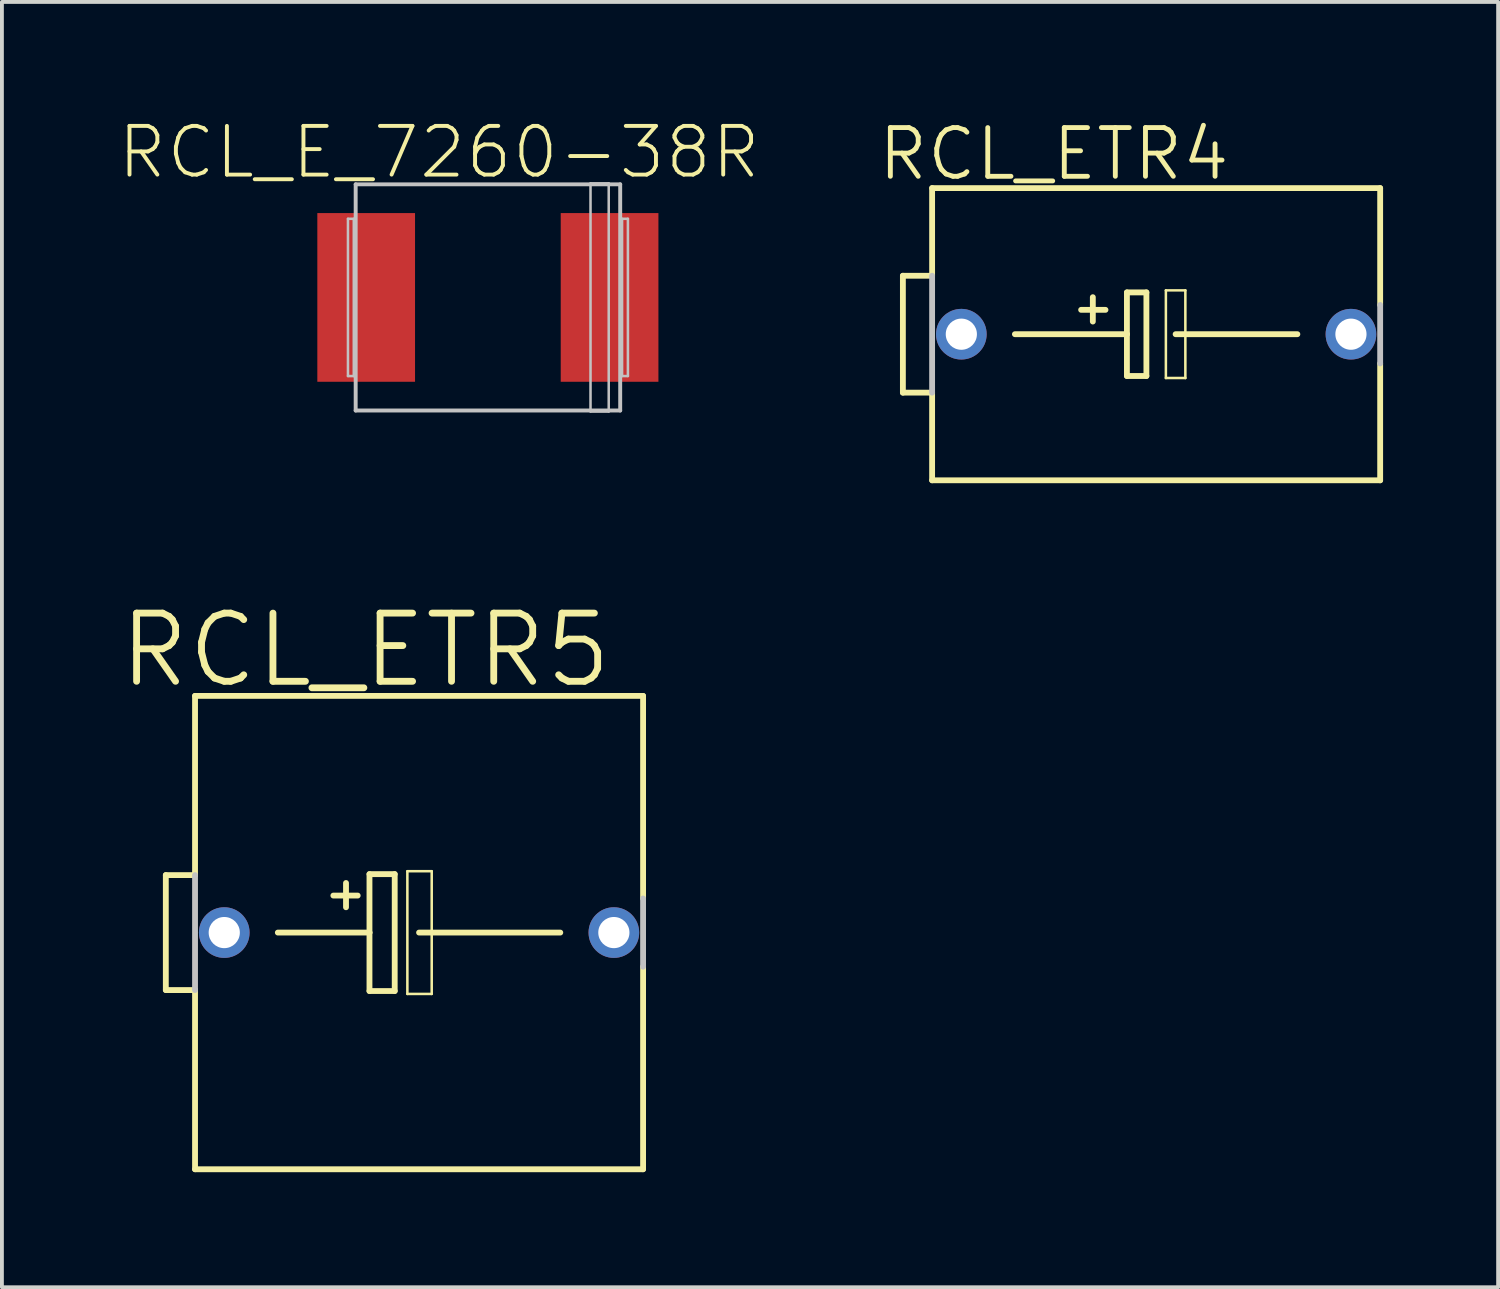
<source format=kicad_pcb>
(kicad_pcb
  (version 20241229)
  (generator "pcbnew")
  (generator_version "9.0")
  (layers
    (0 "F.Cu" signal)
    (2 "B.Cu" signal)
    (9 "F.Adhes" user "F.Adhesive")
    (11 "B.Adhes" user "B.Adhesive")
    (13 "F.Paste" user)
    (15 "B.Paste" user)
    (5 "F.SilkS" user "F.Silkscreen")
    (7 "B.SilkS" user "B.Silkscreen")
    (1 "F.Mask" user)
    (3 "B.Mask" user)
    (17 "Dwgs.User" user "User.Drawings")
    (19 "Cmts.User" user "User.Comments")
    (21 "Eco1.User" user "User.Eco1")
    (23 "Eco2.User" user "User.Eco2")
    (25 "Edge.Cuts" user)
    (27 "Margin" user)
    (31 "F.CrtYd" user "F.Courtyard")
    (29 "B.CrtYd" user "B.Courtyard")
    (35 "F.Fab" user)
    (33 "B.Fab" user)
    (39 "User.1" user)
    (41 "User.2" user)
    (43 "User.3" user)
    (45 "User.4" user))
  (footprint "RCL_ETR4"
    (layer "F.Cu")
    (at 27.099 5.665)
    (property "Reference" "RCL_ETR4" (at -2.667 -4.699 0) (layer "F.SilkS") (effects (font (size 1.27 1.27) (thickness 0.127))))
    (attr exclude_from_pos_files exclude_from_bom)
    (fp_line (start -6.604 -1.524) (end -6.604 1.524) (stroke (width 0.152) (type solid)) (layer "F.SilkS"))
    (fp_line (start -6.604 1.524) (end -5.842 1.524) (stroke (width 0.152) (type solid)) (layer "F.SilkS"))
    (fp_line (start -5.842 -1.524) (end -6.604 -1.524) (stroke (width 0.152) (type solid)) (layer "F.SilkS"))
    (fp_line (start -5.842 -1.524) (end -5.842 -3.81) (stroke (width 0.152) (type solid)) (layer "F.SilkS"))
    (fp_line (start -5.842 3.81) (end -5.842 1.524) (stroke (width 0.152) (type solid)) (layer "F.SilkS"))
    (fp_line (start -5.842 3.81) (end 5.842 3.81) (stroke (width 0.152) (type solid)) (layer "F.SilkS"))
    (fp_line (start -3.683 0) (end -0.762 0) (stroke (width 0.152) (type solid)) (layer "F.SilkS"))
    (fp_line (start -1.651 -0.965) (end -1.651 -0.33) (stroke (width 0.152) (type solid)) (layer "F.SilkS"))
    (fp_line (start -1.321 -0.635) (end -1.956 -0.635) (stroke (width 0.152) (type solid)) (layer "F.SilkS"))
    (fp_line (start -0.762 -1.09) (end -0.762 0) (stroke (width 0.152) (type solid)) (layer "F.SilkS"))
    (fp_line (start -0.762 0) (end -0.762 1.09) (stroke (width 0.152) (type solid)) (layer "F.SilkS"))
    (fp_line (start -0.762 1.09) (end -0.254 1.09) (stroke (width 0.152) (type solid)) (layer "F.SilkS"))
    (fp_line (start -0.254 -1.09) (end -0.762 -1.09) (stroke (width 0.152) (type solid)) (layer "F.SilkS"))
    (fp_line (start -0.254 1.09) (end -0.254 -1.09) (stroke (width 0.152) (type solid)) (layer "F.SilkS"))
    (fp_line (start 0.254 -1.143) (end 0.762 -1.143) (stroke (width 0.066) (type solid)) (layer "F.SilkS"))
    (fp_line (start 0.254 1.143) (end 0.254 -1.143) (stroke (width 0.066) (type solid)) (layer "F.SilkS"))
    (fp_line (start 0.254 1.143) (end 0.762 1.143) (stroke (width 0.066) (type solid)) (layer "F.SilkS"))
    (fp_line (start 0.762 1.143) (end 0.762 -1.143) (stroke (width 0.066) (type solid)) (layer "F.SilkS"))
    (fp_line (start 3.683 0) (end 0.508 0) (stroke (width 0.152) (type solid)) (layer "F.SilkS"))
    (fp_line (start 5.842 -3.81) (end -5.842 -3.81) (stroke (width 0.152) (type solid)) (layer "F.SilkS"))
    (fp_line (start 5.842 -0.762) (end 5.842 -3.81) (stroke (width 0.152) (type solid)) (layer "F.SilkS"))
    (fp_line (start 5.842 3.81) (end 5.842 0.762) (stroke (width 0.152) (type solid)) (layer "F.SilkS"))
    (fp_line (start -5.842 1.524) (end -5.842 -1.524) (stroke (width 0.152) (type solid)) (layer "Dwgs.User"))
    (fp_line (start 5.842 -0.762) (end 5.842 0.762) (stroke (width 0.152) (type solid)) (layer "Dwgs.User"))
    (pad "+" thru_hole circle (at -5.08 0) (size 1.321 1.321) (drill 0.813) (layers "*.Cu" "*.Paste" "*.Mask"))
    (pad "-" thru_hole circle (at 5.08 0) (size 1.321 1.321) (drill 0.813) (layers "*.Cu" "*.Paste" "*.Mask")))
  (footprint "RCL_E_7260-38R"
    (layer "F.Cu")
    (at 9.674 4.706)
    (property "Reference" "RCL_E_7260-38R" (at -1.273 -3.785 0) (layer "F.SilkS") (effects (font (size 1.27 1.27) (thickness 0.102))))
    (attr smd)
    (fp_line (start -3.65 -2.05) (end -3.498 -2.05) (stroke (width 0.066) (type solid)) (layer "Dwgs.User"))
    (fp_line (start -3.65 2.05) (end -3.65 -2.05) (stroke (width 0.066) (type solid)) (layer "Dwgs.User"))
    (fp_line (start -3.65 2.05) (end -3.498 2.05) (stroke (width 0.066) (type solid)) (layer "Dwgs.User"))
    (fp_line (start -3.498 2.05) (end -3.498 -2.05) (stroke (width 0.066) (type solid)) (layer "Dwgs.User"))
    (fp_line (start -3.449 -2.949) (end 3.449 -2.949) (stroke (width 0.102) (type solid)) (layer "Dwgs.User"))
    (fp_line (start -3.449 2.949) (end -3.449 -2.949) (stroke (width 0.102) (type solid)) (layer "Dwgs.User"))
    (fp_line (start 2.675 -2.974) (end 3.15 -2.974) (stroke (width 0.066) (type solid)) (layer "Dwgs.User"))
    (fp_line (start 2.675 2.974) (end 2.675 -2.974) (stroke (width 0.066) (type solid)) (layer "Dwgs.User"))
    (fp_line (start 2.675 2.974) (end 3.15 2.974) (stroke (width 0.066) (type solid)) (layer "Dwgs.User"))
    (fp_line (start 3.15 2.974) (end 3.15 -2.974) (stroke (width 0.066) (type solid)) (layer "Dwgs.User"))
    (fp_line (start 3.449 -2.949) (end 3.449 2.949) (stroke (width 0.102) (type solid)) (layer "Dwgs.User"))
    (fp_line (start 3.449 2.949) (end -3.449 2.949) (stroke (width 0.102) (type solid)) (layer "Dwgs.User"))
    (fp_line (start 3.498 -2.05) (end 3.65 -2.05) (stroke (width 0.066) (type solid)) (layer "Dwgs.User"))
    (fp_line (start 3.498 2.05) (end 3.498 -2.05) (stroke (width 0.066) (type solid)) (layer "Dwgs.User"))
    (fp_line (start 3.498 2.05) (end 3.65 2.05) (stroke (width 0.066) (type solid)) (layer "Dwgs.User"))
    (fp_line (start 3.65 2.05) (end 3.65 -2.05) (stroke (width 0.066) (type solid)) (layer "Dwgs.User"))
    (pad "+" smd rect (at 3.172 0) (size 2.548 4.399) (layers "F.Cu" "F.Mask" "F.Paste"))
    (pad "-" smd rect (at -3.175 0) (size 2.548 4.399) (layers "F.Cu" "F.Mask" "F.Paste")))
  (footprint "RCL_ETR5"
    (layer "F.Cu")
    (at 7.878 21.269)
    (property "Reference" "RCL_ETR5" (at -1.397 -7.366 0) (layer "F.SilkS") (effects (font (size 1.778 1.778) (thickness 0.178))))
    (attr exclude_from_pos_files exclude_from_bom)
    (fp_line (start -6.604 -1.499) (end -6.604 1.499) (stroke (width 0.152) (type solid)) (layer "F.SilkS"))
    (fp_line (start -6.604 1.499) (end -5.842 1.499) (stroke (width 0.152) (type solid)) (layer "F.SilkS"))
    (fp_line (start -5.842 -1.499) (end -6.604 -1.499) (stroke (width 0.152) (type solid)) (layer "F.SilkS"))
    (fp_line (start -5.842 -1.499) (end -5.842 -6.172) (stroke (width 0.152) (type solid)) (layer "F.SilkS"))
    (fp_line (start -5.842 6.172) (end -5.842 1.499) (stroke (width 0.152) (type solid)) (layer "F.SilkS"))
    (fp_line (start -5.842 6.172) (end 5.842 6.172) (stroke (width 0.152) (type solid)) (layer "F.SilkS"))
    (fp_line (start -3.683 0) (end -1.293 0) (stroke (width 0.152) (type solid)) (layer "F.SilkS"))
    (fp_line (start -1.905 -1.293) (end -1.905 -0.66) (stroke (width 0.152) (type solid)) (layer "F.SilkS"))
    (fp_line (start -1.6 -0.965) (end -2.235 -0.965) (stroke (width 0.152) (type solid)) (layer "F.SilkS"))
    (fp_line (start -1.293 -1.524) (end -0.635 -1.524) (stroke (width 0.152) (type solid)) (layer "F.SilkS"))
    (fp_line (start -1.293 0) (end -1.293 -1.524) (stroke (width 0.152) (type solid)) (layer "F.SilkS"))
    (fp_line (start -1.293 1.524) (end -1.293 0) (stroke (width 0.152) (type solid)) (layer "F.SilkS"))
    (fp_line (start -0.635 -1.524) (end -0.635 1.524) (stroke (width 0.152) (type solid)) (layer "F.SilkS"))
    (fp_line (start -0.635 1.524) (end -1.293 1.524) (stroke (width 0.152) (type solid)) (layer "F.SilkS"))
    (fp_line (start -0.305 -1.6) (end 0.33 -1.6) (stroke (width 0.066) (type solid)) (layer "F.SilkS"))
    (fp_line (start -0.305 1.6) (end -0.305 -1.6) (stroke (width 0.066) (type solid)) (layer "F.SilkS"))
    (fp_line (start -0.305 1.6) (end 0.33 1.6) (stroke (width 0.066) (type solid)) (layer "F.SilkS"))
    (fp_line (start 0 0) (end 3.683 0) (stroke (width 0.152) (type solid)) (layer "F.SilkS"))
    (fp_line (start 0.33 1.6) (end 0.33 -1.6) (stroke (width 0.066) (type solid)) (layer "F.SilkS"))
    (fp_line (start 5.842 -6.172) (end -5.842 -6.172) (stroke (width 0.152) (type solid)) (layer "F.SilkS"))
    (fp_line (start 5.842 -0.889) (end 5.842 -6.172) (stroke (width 0.152) (type solid)) (layer "F.SilkS"))
    (fp_line (start 5.842 6.172) (end 5.842 0.889) (stroke (width 0.152) (type solid)) (layer "F.SilkS"))
    (fp_line (start -5.842 1.499) (end -5.842 -1.499) (stroke (width 0.152) (type solid)) (layer "Dwgs.User"))
    (fp_line (start 5.842 -0.889) (end 5.842 0.889) (stroke (width 0.152) (type solid)) (layer "Dwgs.User"))
    (pad "+" thru_hole circle (at -5.08 0) (size 1.321 1.321) (drill 0.813) (layers "*.Cu" "*.Paste" "*.Mask"))
    (pad "-" thru_hole circle (at 5.08 0) (size 1.321 1.321) (drill 0.813) (layers "*.Cu" "*.Paste" "*.Mask")))
  (gr_rect
    (start -3 -3)
    (end 36.017 30.518)
    (stroke (width 0.1) (type default))
    (fill no)
    (layer "Edge.Cuts")))
</source>
